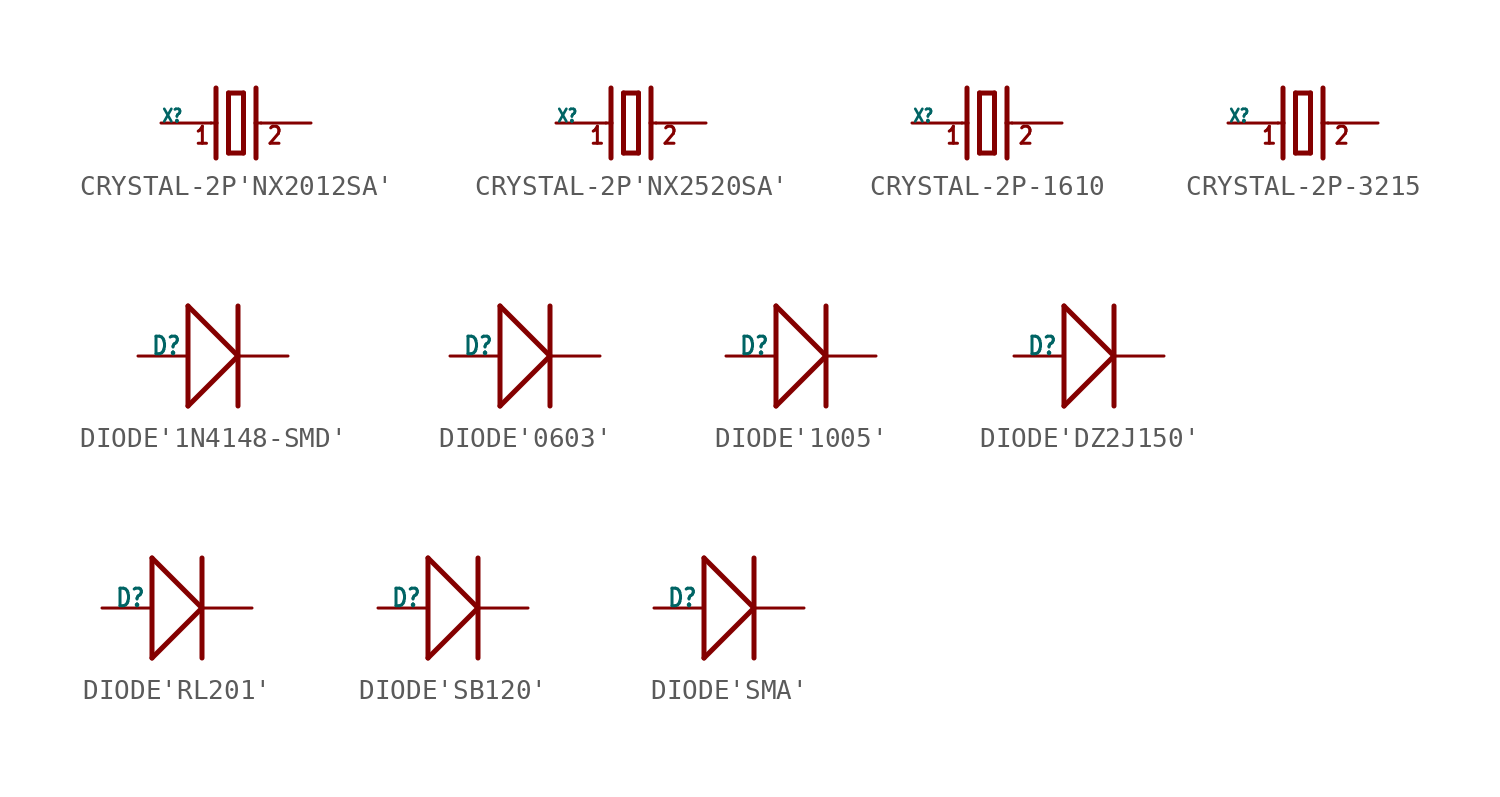
<source format=kicad_sym>
(kicad_symbol_lib
  (version 20241209)
  (generator "kicad_symbol_editor")
  (generator_version "9.0")
  (symbol "CRYSTAL-2P'NX2012SA'"
    (property "Reference" "X"
      (at -3.81 0 0)
      (effects (font (size 0.635 0.54)) (justify left bottom)))
    (property "Value" ""
      (at 0 0 0)
      (effects (font (size 0.635 0.54)) (justify left bottom)))
    (property "ki_locked" ""
      (at 0 0 0)
      (effects (font (size 1.27 1.27))))
    (symbol "CRYSTAL-2P'NX2012SA'_1_0"
      (polyline (pts (xy -1.27 0) (xy -1.016 0)) (stroke (width 0.152) (type solid)) (fill (type none)))
      (polyline (pts (xy -1.016 1.778) (xy -1.016 0)) (stroke (width 0.254) (type solid)) (fill (type none)))
      (polyline (pts (xy -1.016 0) (xy -1.016 -1.778)) (stroke (width 0.254) (type solid)) (fill (type none)))
      (polyline (pts (xy -0.381 1.524) (xy -0.381 -1.524)) (stroke (width 0.254) (type solid)) (fill (type none)))
      (polyline (pts (xy -0.381 -1.524) (xy 0.381 -1.524)) (stroke (width 0.254) (type solid)) (fill (type none)))
      (polyline (pts (xy 0.381 1.524) (xy -0.381 1.524)) (stroke (width 0.254) (type solid)) (fill (type none)))
      (polyline (pts (xy 0.381 -1.524) (xy 0.381 1.524)) (stroke (width 0.254) (type solid)) (fill (type none)))
      (polyline (pts (xy 1.016 1.778) (xy 1.016 0)) (stroke (width 0.254) (type solid)) (fill (type none)))
      (polyline (pts (xy 1.016 0) (xy 1.016 -1.778)) (stroke (width 0.254) (type solid)) (fill (type none)))
      (polyline (pts (xy 1.016 0) (xy 1.27 0)) (stroke (width 0.152) (type solid)) (fill (type none)))
      (text "1" (at -2.159 -1.143 0) (effects (font (size 0.864 0.734)) (justify left bottom)))
      (text "2" (at 1.524 -1.143 0) (effects (font (size 0.864 0.734)) (justify left bottom)))
      (pin passive line (at -3.81 0 0) (length 2.54) (name "1" (effects (font (size 0 0)))) (number "1" (effects (font (size 0 0)))))
      (pin passive line (at 3.81 0 180) (length 2.54) (name "2" (effects (font (size 0 0)))) (number "2" (effects (font (size 0 0)))))))
  (symbol "CRYSTAL-2P'NX2520SA'"
    (property "Reference" "X"
      (at -3.81 0 0)
      (effects (font (size 0.635 0.54)) (justify left bottom)))
    (property "Value" ""
      (at 0 0 0)
      (effects (font (size 0.635 0.54)) (justify left bottom)))
    (property "ki_locked" ""
      (at 0 0 0)
      (effects (font (size 1.27 1.27))))
    (symbol "CRYSTAL-2P'NX2520SA'_1_0"
      (polyline (pts (xy -1.27 0) (xy -1.016 0)) (stroke (width 0.152) (type solid)) (fill (type none)))
      (polyline (pts (xy -1.016 1.778) (xy -1.016 0)) (stroke (width 0.254) (type solid)) (fill (type none)))
      (polyline (pts (xy -1.016 0) (xy -1.016 -1.778)) (stroke (width 0.254) (type solid)) (fill (type none)))
      (polyline (pts (xy -0.381 1.524) (xy -0.381 -1.524)) (stroke (width 0.254) (type solid)) (fill (type none)))
      (polyline (pts (xy -0.381 -1.524) (xy 0.381 -1.524)) (stroke (width 0.254) (type solid)) (fill (type none)))
      (polyline (pts (xy 0.381 1.524) (xy -0.381 1.524)) (stroke (width 0.254) (type solid)) (fill (type none)))
      (polyline (pts (xy 0.381 -1.524) (xy 0.381 1.524)) (stroke (width 0.254) (type solid)) (fill (type none)))
      (polyline (pts (xy 1.016 1.778) (xy 1.016 0)) (stroke (width 0.254) (type solid)) (fill (type none)))
      (polyline (pts (xy 1.016 0) (xy 1.016 -1.778)) (stroke (width 0.254) (type solid)) (fill (type none)))
      (polyline (pts (xy 1.016 0) (xy 1.27 0)) (stroke (width 0.152) (type solid)) (fill (type none)))
      (text "1" (at -2.159 -1.143 0) (effects (font (size 0.864 0.734)) (justify left bottom)))
      (text "2" (at 1.524 -1.143 0) (effects (font (size 0.864 0.734)) (justify left bottom)))
      (pin passive line (at -3.81 0 0) (length 2.54) (name "1" (effects (font (size 0 0)))) (number "1" (effects (font (size 0 0)))))
      (pin passive line (at 3.81 0 180) (length 2.54) (name "2" (effects (font (size 0 0)))) (number "3" (effects (font (size 0 0)))))))
  (symbol "CRYSTAL-2P-1610"
    (property "Reference" "X"
      (at -3.81 0 0)
      (effects (font (size 0.635 0.54)) (justify left bottom)))
    (property "Value" ""
      (at 0 0 0)
      (effects (font (size 0.635 0.54)) (justify left bottom)))
    (property "ki_locked" ""
      (at 0 0 0)
      (effects (font (size 1.27 1.27))))
    (symbol "CRYSTAL-2P-1610_1_0"
      (polyline (pts (xy -1.27 0) (xy -1.016 0)) (stroke (width 0.152) (type solid)) (fill (type none)))
      (polyline (pts (xy -1.016 1.778) (xy -1.016 0)) (stroke (width 0.254) (type solid)) (fill (type none)))
      (polyline (pts (xy -1.016 0) (xy -1.016 -1.778)) (stroke (width 0.254) (type solid)) (fill (type none)))
      (polyline (pts (xy -0.381 1.524) (xy -0.381 -1.524)) (stroke (width 0.254) (type solid)) (fill (type none)))
      (polyline (pts (xy -0.381 -1.524) (xy 0.381 -1.524)) (stroke (width 0.254) (type solid)) (fill (type none)))
      (polyline (pts (xy 0.381 1.524) (xy -0.381 1.524)) (stroke (width 0.254) (type solid)) (fill (type none)))
      (polyline (pts (xy 0.381 -1.524) (xy 0.381 1.524)) (stroke (width 0.254) (type solid)) (fill (type none)))
      (polyline (pts (xy 1.016 1.778) (xy 1.016 0)) (stroke (width 0.254) (type solid)) (fill (type none)))
      (polyline (pts (xy 1.016 0) (xy 1.016 -1.778)) (stroke (width 0.254) (type solid)) (fill (type none)))
      (polyline (pts (xy 1.016 0) (xy 1.27 0)) (stroke (width 0.152) (type solid)) (fill (type none)))
      (text "1" (at -2.159 -1.143 0) (effects (font (size 0.864 0.734)) (justify left bottom)))
      (text "2" (at 1.524 -1.143 0) (effects (font (size 0.864 0.734)) (justify left bottom)))
      (pin passive line (at -3.81 0 0) (length 2.54) (name "1" (effects (font (size 0 0)))) (number "1" (effects (font (size 0 0)))))
      (pin passive line (at 3.81 0 180) (length 2.54) (name "2" (effects (font (size 0 0)))) (number "2" (effects (font (size 0 0)))))))
  (symbol "CRYSTAL-2P-3215"
    (property "Reference" "X"
      (at -3.81 0 0)
      (effects (font (size 0.635 0.54)) (justify left bottom)))
    (property "Value" ""
      (at 0 0 0)
      (effects (font (size 0.635 0.54)) (justify left bottom)))
    (property "ki_locked" ""
      (at 0 0 0)
      (effects (font (size 1.27 1.27))))
    (symbol "CRYSTAL-2P-3215_1_0"
      (polyline (pts (xy -1.27 0) (xy -1.016 0)) (stroke (width 0.152) (type solid)) (fill (type none)))
      (polyline (pts (xy -1.016 1.778) (xy -1.016 0)) (stroke (width 0.254) (type solid)) (fill (type none)))
      (polyline (pts (xy -1.016 0) (xy -1.016 -1.778)) (stroke (width 0.254) (type solid)) (fill (type none)))
      (polyline (pts (xy -0.381 1.524) (xy -0.381 -1.524)) (stroke (width 0.254) (type solid)) (fill (type none)))
      (polyline (pts (xy -0.381 -1.524) (xy 0.381 -1.524)) (stroke (width 0.254) (type solid)) (fill (type none)))
      (polyline (pts (xy 0.381 1.524) (xy -0.381 1.524)) (stroke (width 0.254) (type solid)) (fill (type none)))
      (polyline (pts (xy 0.381 -1.524) (xy 0.381 1.524)) (stroke (width 0.254) (type solid)) (fill (type none)))
      (polyline (pts (xy 1.016 1.778) (xy 1.016 0)) (stroke (width 0.254) (type solid)) (fill (type none)))
      (polyline (pts (xy 1.016 0) (xy 1.016 -1.778)) (stroke (width 0.254) (type solid)) (fill (type none)))
      (polyline (pts (xy 1.016 0) (xy 1.27 0)) (stroke (width 0.152) (type solid)) (fill (type none)))
      (text "1" (at -2.159 -1.143 0) (effects (font (size 0.864 0.734)) (justify left bottom)))
      (text "2" (at 1.524 -1.143 0) (effects (font (size 0.864 0.734)) (justify left bottom)))
      (pin passive line (at -3.81 0 0) (length 2.54) (name "1" (effects (font (size 0 0)))) (number "1" (effects (font (size 0 0)))))
      (pin passive line (at 3.81 0 180) (length 2.54) (name "2" (effects (font (size 0 0)))) (number "2" (effects (font (size 0 0)))))))
  (symbol "DIODE'1N4148-SMD'"
    (property "Reference" "D"
      (at -3.175 0 0)
      (effects (font (size 0.889 0.756)) (justify left bottom)))
    (property "Value" ""
      (at 0 0 0)
      (effects (font (size 0.635 0.54)) (justify left bottom)))
    (property "ki_locked" ""
      (at 0 0 0)
      (effects (font (size 1.27 1.27))))
    (symbol "DIODE'1N4148-SMD'_1_0"
      (polyline (pts (xy -1.27 2.54) (xy 1.27 0)) (stroke (width 0.254) (type solid)) (fill (type none)))
      (polyline (pts (xy -1.27 -2.54) (xy -1.27 2.54)) (stroke (width 0.254) (type solid)) (fill (type none)))
      (polyline (pts (xy -1.27 -2.54) (xy 1.27 0)) (stroke (width 0.254) (type solid)) (fill (type none)))
      (polyline (pts (xy 1.27 2.54) (xy 1.27 -2.54)) (stroke (width 0.254) (type solid)) (fill (type none)))
      (pin passive line (at -3.81 0 0) (length 2.54) (name "+" (effects (font (size 0 0)))) (number "A" (effects (font (size 0 0)))))
      (pin passive line (at 3.81 0 180) (length 2.54) (name "-" (effects (font (size 0 0)))) (number "C" (effects (font (size 0 0)))))))
  (symbol "DIODE'0603'"
    (property "Reference" "D"
      (at -3.175 0 0)
      (effects (font (size 0.889 0.756)) (justify left bottom)))
    (property "Value" ""
      (at 0 0 0)
      (effects (font (size 0.635 0.54)) (justify left bottom)))
    (property "ki_locked" ""
      (at 0 0 0)
      (effects (font (size 1.27 1.27))))
    (symbol "DIODE'0603'_1_0"
      (polyline (pts (xy -1.27 2.54) (xy 1.27 0)) (stroke (width 0.254) (type solid)) (fill (type none)))
      (polyline (pts (xy -1.27 -2.54) (xy -1.27 2.54)) (stroke (width 0.254) (type solid)) (fill (type none)))
      (polyline (pts (xy -1.27 -2.54) (xy 1.27 0)) (stroke (width 0.254) (type solid)) (fill (type none)))
      (polyline (pts (xy 1.27 2.54) (xy 1.27 -2.54)) (stroke (width 0.254) (type solid)) (fill (type none)))
      (pin passive line (at -3.81 0 0) (length 2.54) (name "+" (effects (font (size 0 0)))) (number "+" (effects (font (size 0 0)))))
      (pin passive line (at 3.81 0 180) (length 2.54) (name "-" (effects (font (size 0 0)))) (number "-" (effects (font (size 0 0)))))))
  (symbol "DIODE'1005'"
    (property "Reference" "D"
      (at -3.175 0 0)
      (effects (font (size 0.889 0.756)) (justify left bottom)))
    (property "Value" ""
      (at 0 0 0)
      (effects (font (size 0.635 0.54)) (justify left bottom)))
    (property "ki_locked" ""
      (at 0 0 0)
      (effects (font (size 1.27 1.27))))
    (symbol "DIODE'1005'_1_0"
      (polyline (pts (xy -1.27 2.54) (xy 1.27 0)) (stroke (width 0.254) (type solid)) (fill (type none)))
      (polyline (pts (xy -1.27 -2.54) (xy -1.27 2.54)) (stroke (width 0.254) (type solid)) (fill (type none)))
      (polyline (pts (xy -1.27 -2.54) (xy 1.27 0)) (stroke (width 0.254) (type solid)) (fill (type none)))
      (polyline (pts (xy 1.27 2.54) (xy 1.27 -2.54)) (stroke (width 0.254) (type solid)) (fill (type none)))
      (pin passive line (at -3.81 0 0) (length 2.54) (name "+" (effects (font (size 0 0)))) (number "+" (effects (font (size 0 0)))))
      (pin passive line (at 3.81 0 180) (length 2.54) (name "-" (effects (font (size 0 0)))) (number "-" (effects (font (size 0 0)))))))
  (symbol "DIODE'DZ2J150'"
    (property "Reference" "D"
      (at -3.175 0 0)
      (effects (font (size 0.889 0.756)) (justify left bottom)))
    (property "Value" ""
      (at 0 0 0)
      (effects (font (size 0.635 0.54)) (justify left bottom)))
    (property "ki_locked" ""
      (at 0 0 0)
      (effects (font (size 1.27 1.27))))
    (symbol "DIODE'DZ2J150'_1_0"
      (polyline (pts (xy -1.27 2.54) (xy 1.27 0)) (stroke (width 0.254) (type solid)) (fill (type none)))
      (polyline (pts (xy -1.27 -2.54) (xy -1.27 2.54)) (stroke (width 0.254) (type solid)) (fill (type none)))
      (polyline (pts (xy -1.27 -2.54) (xy 1.27 0)) (stroke (width 0.254) (type solid)) (fill (type none)))
      (polyline (pts (xy 1.27 2.54) (xy 1.27 -2.54)) (stroke (width 0.254) (type solid)) (fill (type none)))
      (pin passive line (at -3.81 0 0) (length 2.54) (name "+" (effects (font (size 0 0)))) (number "+" (effects (font (size 0 0)))))
      (pin passive line (at 3.81 0 180) (length 2.54) (name "-" (effects (font (size 0 0)))) (number "-" (effects (font (size 0 0)))))))
  (symbol "DIODE'RL201'"
    (property "Reference" "D"
      (at -3.175 0 0)
      (effects (font (size 0.889 0.756)) (justify left bottom)))
    (property "Value" ""
      (at 0 0 0)
      (effects (font (size 0.635 0.54)) (justify left bottom)))
    (property "ki_locked" ""
      (at 0 0 0)
      (effects (font (size 1.27 1.27))))
    (symbol "DIODE'RL201'_1_0"
      (polyline (pts (xy -1.27 2.54) (xy 1.27 0)) (stroke (width 0.254) (type solid)) (fill (type none)))
      (polyline (pts (xy -1.27 -2.54) (xy -1.27 2.54)) (stroke (width 0.254) (type solid)) (fill (type none)))
      (polyline (pts (xy -1.27 -2.54) (xy 1.27 0)) (stroke (width 0.254) (type solid)) (fill (type none)))
      (polyline (pts (xy 1.27 2.54) (xy 1.27 -2.54)) (stroke (width 0.254) (type solid)) (fill (type none)))
      (pin passive line (at -3.81 0 0) (length 2.54) (name "+" (effects (font (size 0 0)))) (number "+" (effects (font (size 0 0)))))
      (pin passive line (at 3.81 0 180) (length 2.54) (name "-" (effects (font (size 0 0)))) (number "-" (effects (font (size 0 0)))))))
  (symbol "DIODE'SB120'"
    (property "Reference" "D"
      (at -3.175 0 0)
      (effects (font (size 0.889 0.756)) (justify left bottom)))
    (property "Value" ""
      (at 0 0 0)
      (effects (font (size 0.635 0.54)) (justify left bottom)))
    (property "ki_locked" ""
      (at 0 0 0)
      (effects (font (size 1.27 1.27))))
    (symbol "DIODE'SB120'_1_0"
      (polyline (pts (xy -1.27 2.54) (xy 1.27 0)) (stroke (width 0.254) (type solid)) (fill (type none)))
      (polyline (pts (xy -1.27 -2.54) (xy -1.27 2.54)) (stroke (width 0.254) (type solid)) (fill (type none)))
      (polyline (pts (xy -1.27 -2.54) (xy 1.27 0)) (stroke (width 0.254) (type solid)) (fill (type none)))
      (polyline (pts (xy 1.27 2.54) (xy 1.27 -2.54)) (stroke (width 0.254) (type solid)) (fill (type none)))
      (pin passive line (at -3.81 0 0) (length 2.54) (name "+" (effects (font (size 0 0)))) (number "1" (effects (font (size 0 0)))))
      (pin passive line (at 3.81 0 180) (length 2.54) (name "-" (effects (font (size 0 0)))) (number "2" (effects (font (size 0 0)))))))
  (symbol "DIODE'SMA'"
    (property "Reference" "D"
      (at -3.175 0 0)
      (effects (font (size 0.889 0.756)) (justify left bottom)))
    (property "Value" ""
      (at 0 0 0)
      (effects (font (size 0.635 0.54)) (justify left bottom)))
    (property "ki_locked" ""
      (at 0 0 0)
      (effects (font (size 1.27 1.27))))
    (symbol "DIODE'SMA'_1_0"
      (polyline (pts (xy -1.27 2.54) (xy 1.27 0)) (stroke (width 0.254) (type solid)) (fill (type none)))
      (polyline (pts (xy -1.27 -2.54) (xy -1.27 2.54)) (stroke (width 0.254) (type solid)) (fill (type none)))
      (polyline (pts (xy -1.27 -2.54) (xy 1.27 0)) (stroke (width 0.254) (type solid)) (fill (type none)))
      (polyline (pts (xy 1.27 2.54) (xy 1.27 -2.54)) (stroke (width 0.254) (type solid)) (fill (type none)))
      (pin passive line (at -3.81 0 0) (length 2.54) (name "+" (effects (font (size 0 0)))) (number "1" (effects (font (size 0 0)))))
      (pin passive line (at 3.81 0 180) (length 2.54) (name "-" (effects (font (size 0 0)))) (number "2" (effects (font (size 0 0))))))))
</source>
